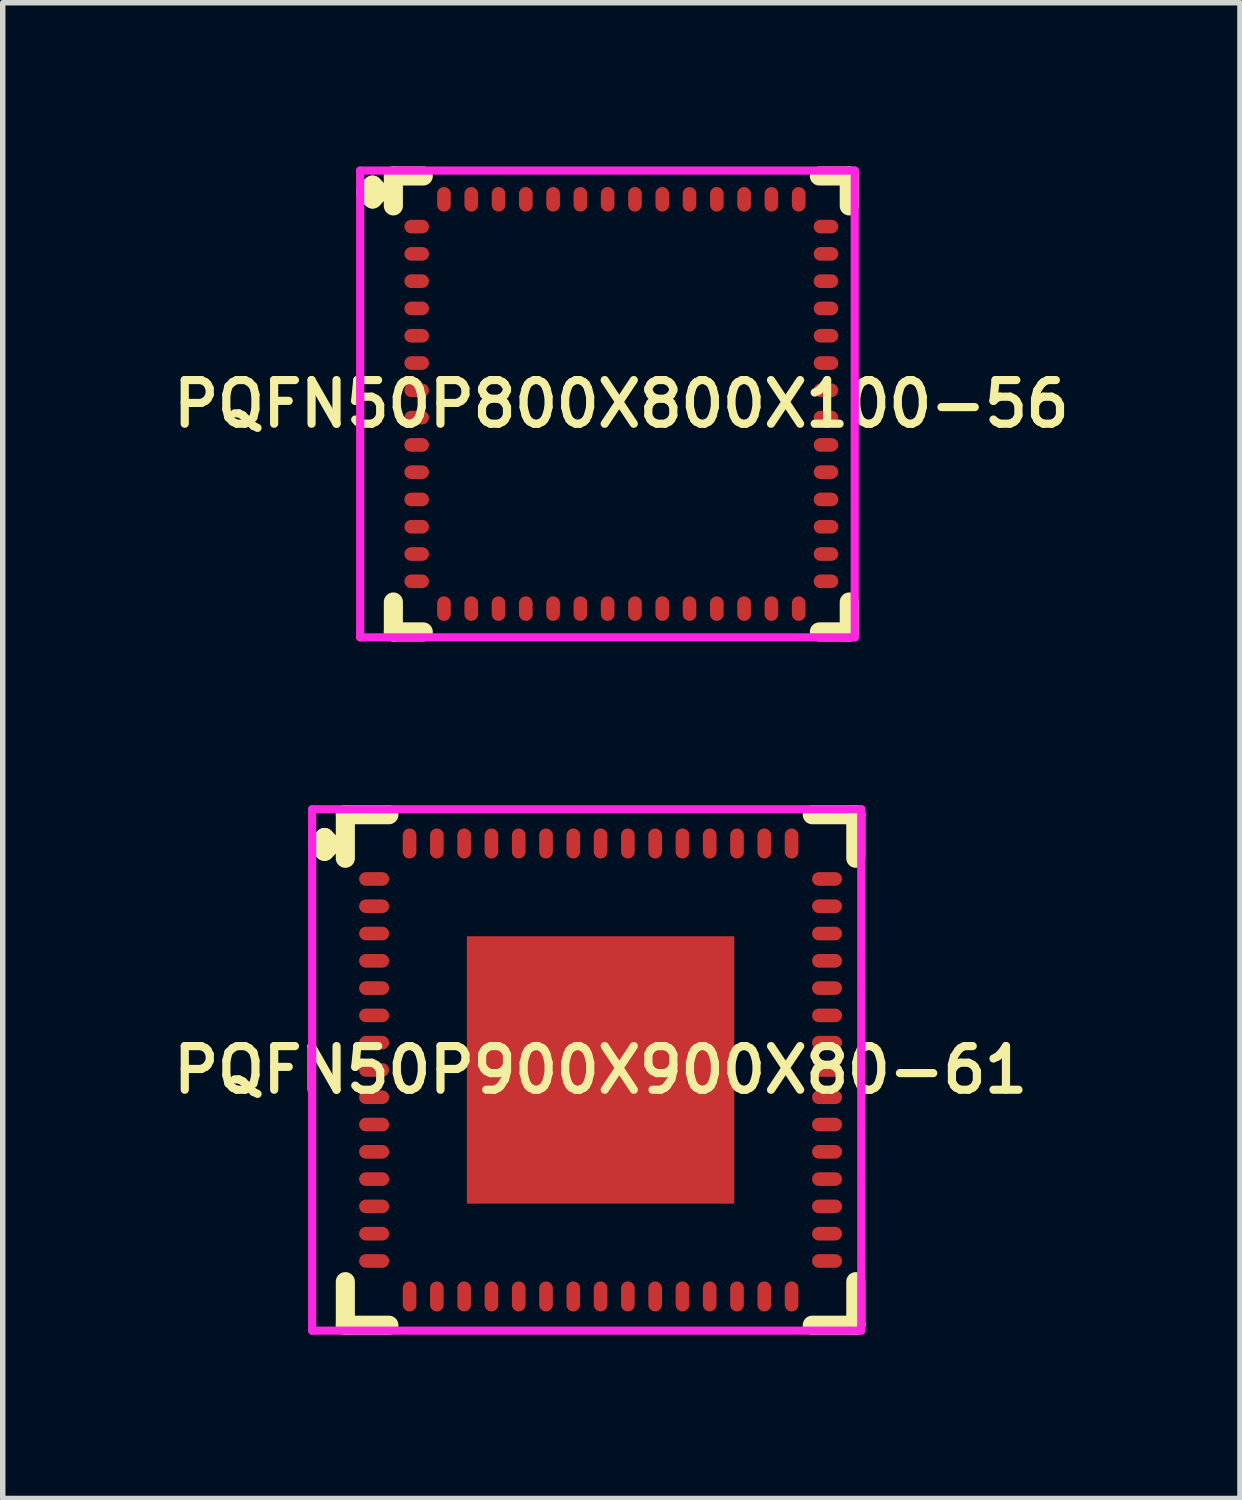
<source format=kicad_pcb>
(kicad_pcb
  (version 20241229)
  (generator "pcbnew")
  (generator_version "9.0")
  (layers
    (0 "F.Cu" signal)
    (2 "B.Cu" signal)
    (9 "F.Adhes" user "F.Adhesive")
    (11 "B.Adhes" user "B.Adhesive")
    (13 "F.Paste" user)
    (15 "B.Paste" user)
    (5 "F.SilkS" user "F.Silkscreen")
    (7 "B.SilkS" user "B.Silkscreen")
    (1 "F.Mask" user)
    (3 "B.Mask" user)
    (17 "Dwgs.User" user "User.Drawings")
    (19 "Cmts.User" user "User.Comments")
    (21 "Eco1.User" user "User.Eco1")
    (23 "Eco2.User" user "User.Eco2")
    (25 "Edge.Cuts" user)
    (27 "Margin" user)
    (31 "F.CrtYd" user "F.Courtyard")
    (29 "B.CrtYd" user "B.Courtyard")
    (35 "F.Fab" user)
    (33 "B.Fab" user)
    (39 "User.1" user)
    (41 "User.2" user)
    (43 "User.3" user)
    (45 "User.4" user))
  (footprint "PQFN50P800X800X100-56"
    (layer "F.Cu")
    (at 8.335 4.352)
    (property "Reference" "PQFN50P800X800X100-56" (at 0 0 0) (layer "F.SilkS") (effects (font (size 0.8 0.8) (thickness 0.15))))
    (attr through_hole)
    (fp_line (start -4.685 -3.883) (end -4.558 -4.01) (stroke (width 0.35) (type solid)) (layer "F.SilkS"))
    (fp_line (start -4.558 -4.01) (end -4.431 -3.883) (stroke (width 0.35) (type solid)) (layer "F.SilkS"))
    (fp_line (start -4.558 -3.756) (end -4.685 -3.883) (stroke (width 0.35) (type solid)) (layer "F.SilkS"))
    (fp_line (start -4.431 -3.883) (end -4.558 -3.756) (stroke (width 0.35) (type solid)) (layer "F.SilkS"))
    (fp_line (start -4.177 -4.177) (end -3.629 -4.177) (stroke (width 0.35) (type solid)) (layer "F.SilkS"))
    (fp_line (start -4.177 -3.629) (end -4.177 -4.177) (stroke (width 0.35) (type solid)) (layer "F.SilkS"))
    (fp_line (start -4.177 3.629) (end -4.177 4.177) (stroke (width 0.35) (type solid)) (layer "F.SilkS"))
    (fp_line (start -4.177 4.177) (end -3.629 4.177) (stroke (width 0.35) (type solid)) (layer "F.SilkS"))
    (fp_line (start 3.629 -4.177) (end 4.177 -4.177) (stroke (width 0.35) (type solid)) (layer "F.SilkS"))
    (fp_line (start 3.629 4.177) (end 4.177 4.177) (stroke (width 0.35) (type solid)) (layer "F.SilkS"))
    (fp_line (start 4.177 -4.177) (end 4.177 -3.629) (stroke (width 0.35) (type solid)) (layer "F.SilkS"))
    (fp_line (start 4.177 4.177) (end 4.177 3.629) (stroke (width 0.35) (type solid)) (layer "F.SilkS"))
    (fp_line (start -4.785 -4.277) (end 4.277 -4.277) (stroke (width 0.15) (type solid)) (layer "F.CrtYd"))
    (fp_line (start -4.785 4.277) (end -4.785 -4.277) (stroke (width 0.15) (type solid)) (layer "F.CrtYd"))
    (fp_line (start 4.277 -4.277) (end 4.277 4.277) (stroke (width 0.15) (type solid)) (layer "F.CrtYd"))
    (fp_line (start 4.277 4.277) (end -4.785 4.277) (stroke (width 0.15) (type solid)) (layer "F.CrtYd"))
    (pad "1" smd oval (at -3.75 -3.25) (size 0.45 0.25) (layers "F.Cu" "F.Mask" "F.Paste"))
    (pad "2" smd oval (at -3.75 -2.75) (size 0.45 0.25) (layers "F.Cu" "F.Mask" "F.Paste"))
    (pad "3" smd oval (at -3.75 -2.25) (size 0.45 0.25) (layers "F.Cu" "F.Mask" "F.Paste"))
    (pad "4" smd oval (at -3.75 -1.75) (size 0.45 0.25) (layers "F.Cu" "F.Mask" "F.Paste"))
    (pad "5" smd oval (at -3.75 -1.25) (size 0.45 0.25) (layers "F.Cu" "F.Mask" "F.Paste"))
    (pad "6" smd oval (at -3.75 -0.75) (size 0.45 0.25) (layers "F.Cu" "F.Mask" "F.Paste"))
    (pad "7" smd oval (at -3.75 -0.25) (size 0.45 0.25) (layers "F.Cu" "F.Mask" "F.Paste"))
    (pad "8" smd oval (at -3.75 0.25) (size 0.45 0.25) (layers "F.Cu" "F.Mask" "F.Paste"))
    (pad "9" smd oval (at -3.75 0.75) (size 0.45 0.25) (layers "F.Cu" "F.Mask" "F.Paste"))
    (pad "10" smd oval (at -3.75 1.25) (size 0.45 0.25) (layers "F.Cu" "F.Mask" "F.Paste"))
    (pad "11" smd oval (at -3.75 1.75) (size 0.45 0.25) (layers "F.Cu" "F.Mask" "F.Paste"))
    (pad "12" smd oval (at -3.75 2.25) (size 0.45 0.25) (layers "F.Cu" "F.Mask" "F.Paste"))
    (pad "13" smd oval (at -3.75 2.75) (size 0.45 0.25) (layers "F.Cu" "F.Mask" "F.Paste"))
    (pad "14" smd oval (at -3.75 3.25) (size 0.45 0.25) (layers "F.Cu" "F.Mask" "F.Paste"))
    (pad "15" smd oval (at -3.25 3.75) (size 0.25 0.45) (layers "F.Cu" "F.Mask" "F.Paste"))
    (pad "16" smd oval (at -2.75 3.75) (size 0.25 0.45) (layers "F.Cu" "F.Mask" "F.Paste"))
    (pad "17" smd oval (at -2.25 3.75) (size 0.25 0.45) (layers "F.Cu" "F.Mask" "F.Paste"))
    (pad "18" smd oval (at -1.75 3.75) (size 0.25 0.45) (layers "F.Cu" "F.Mask" "F.Paste"))
    (pad "19" smd oval (at -1.25 3.75) (size 0.25 0.45) (layers "F.Cu" "F.Mask" "F.Paste"))
    (pad "20" smd oval (at -0.75 3.75) (size 0.25 0.45) (layers "F.Cu" "F.Mask" "F.Paste"))
    (pad "21" smd oval (at -0.25 3.75) (size 0.25 0.45) (layers "F.Cu" "F.Mask" "F.Paste"))
    (pad "22" smd oval (at 0.25 3.75) (size 0.25 0.45) (layers "F.Cu" "F.Mask" "F.Paste"))
    (pad "23" smd oval (at 0.75 3.75) (size 0.25 0.45) (layers "F.Cu" "F.Mask" "F.Paste"))
    (pad "24" smd oval (at 1.25 3.75) (size 0.25 0.45) (layers "F.Cu" "F.Mask" "F.Paste"))
    (pad "25" smd oval (at 1.75 3.75) (size 0.25 0.45) (layers "F.Cu" "F.Mask" "F.Paste"))
    (pad "26" smd oval (at 2.25 3.75) (size 0.25 0.45) (layers "F.Cu" "F.Mask" "F.Paste"))
    (pad "27" smd oval (at 2.75 3.75) (size 0.25 0.45) (layers "F.Cu" "F.Mask" "F.Paste"))
    (pad "28" smd oval (at 3.25 3.75) (size 0.25 0.45) (layers "F.Cu" "F.Mask" "F.Paste"))
    (pad "29" smd oval (at 3.75 3.25) (size 0.45 0.25) (layers "F.Cu" "F.Mask" "F.Paste"))
    (pad "30" smd oval (at 3.75 2.75) (size 0.45 0.25) (layers "F.Cu" "F.Mask" "F.Paste"))
    (pad "31" smd oval (at 3.75 2.25) (size 0.45 0.25) (layers "F.Cu" "F.Mask" "F.Paste"))
    (pad "32" smd oval (at 3.75 1.75) (size 0.45 0.25) (layers "F.Cu" "F.Mask" "F.Paste"))
    (pad "33" smd oval (at 3.75 1.25) (size 0.45 0.25) (layers "F.Cu" "F.Mask" "F.Paste"))
    (pad "34" smd oval (at 3.75 0.75) (size 0.45 0.25) (layers "F.Cu" "F.Mask" "F.Paste"))
    (pad "35" smd oval (at 3.75 0.25) (size 0.45 0.25) (layers "F.Cu" "F.Mask" "F.Paste"))
    (pad "36" smd oval (at 3.75 -0.25) (size 0.45 0.25) (layers "F.Cu" "F.Mask" "F.Paste"))
    (pad "37" smd oval (at 3.75 -0.75) (size 0.45 0.25) (layers "F.Cu" "F.Mask" "F.Paste"))
    (pad "38" smd oval (at 3.75 -1.25) (size 0.45 0.25) (layers "F.Cu" "F.Mask" "F.Paste"))
    (pad "39" smd oval (at 3.75 -1.75) (size 0.45 0.25) (layers "F.Cu" "F.Mask" "F.Paste"))
    (pad "40" smd oval (at 3.75 -2.25) (size 0.45 0.25) (layers "F.Cu" "F.Mask" "F.Paste"))
    (pad "41" smd oval (at 3.75 -2.75) (size 0.45 0.25) (layers "F.Cu" "F.Mask" "F.Paste"))
    (pad "42" smd oval (at 3.75 -3.25) (size 0.45 0.25) (layers "F.Cu" "F.Mask" "F.Paste"))
    (pad "43" smd oval (at 3.25 -3.75) (size 0.25 0.45) (layers "F.Cu" "F.Mask" "F.Paste"))
    (pad "44" smd oval (at 2.75 -3.75) (size 0.25 0.45) (layers "F.Cu" "F.Mask" "F.Paste"))
    (pad "45" smd oval (at 2.25 -3.75) (size 0.25 0.45) (layers "F.Cu" "F.Mask" "F.Paste"))
    (pad "46" smd oval (at 1.75 -3.75) (size 0.25 0.45) (layers "F.Cu" "F.Mask" "F.Paste"))
    (pad "47" smd oval (at 1.25 -3.75) (size 0.25 0.45) (layers "F.Cu" "F.Mask" "F.Paste"))
    (pad "48" smd oval (at 0.75 -3.75) (size 0.25 0.45) (layers "F.Cu" "F.Mask" "F.Paste"))
    (pad "49" smd oval (at 0.25 -3.75) (size 0.25 0.45) (layers "F.Cu" "F.Mask" "F.Paste"))
    (pad "50" smd oval (at -0.25 -3.75) (size 0.25 0.45) (layers "F.Cu" "F.Mask" "F.Paste"))
    (pad "51" smd oval (at -0.75 -3.75) (size 0.25 0.45) (layers "F.Cu" "F.Mask" "F.Paste"))
    (pad "52" smd oval (at -1.25 -3.75) (size 0.25 0.45) (layers "F.Cu" "F.Mask" "F.Paste"))
    (pad "53" smd oval (at -1.75 -3.75) (size 0.25 0.45) (layers "F.Cu" "F.Mask" "F.Paste"))
    (pad "54" smd oval (at -2.25 -3.75) (size 0.25 0.45) (layers "F.Cu" "F.Mask" "F.Paste"))
    (pad "55" smd oval (at -2.75 -3.75) (size 0.25 0.45) (layers "F.Cu" "F.Mask" "F.Paste"))
    (pad "56" smd oval (at -3.25 -3.75) (size 0.25 0.45) (layers "F.Cu" "F.Mask" "F.Paste")))
  (footprint "PQFN50P900X900X80-61"
    (layer "F.Cu")
    (at 7.955 16.556)
    (property "Reference" "PQFN50P900X900X80-61" (at 0 0 0) (layer "F.SilkS") (effects (font (size 0.8 0.8) (thickness 0.15))))
    (attr smd)
    (fp_line (start -5.185 -4.133) (end -5.058 -4.26) (stroke (width 0.35) (type solid)) (layer "F.SilkS"))
    (fp_line (start -5.058 -4.26) (end -4.931 -4.133) (stroke (width 0.35) (type solid)) (layer "F.SilkS"))
    (fp_line (start -5.058 -4.006) (end -5.185 -4.133) (stroke (width 0.35) (type solid)) (layer "F.SilkS"))
    (fp_line (start -4.931 -4.133) (end -5.058 -4.006) (stroke (width 0.35) (type solid)) (layer "F.SilkS"))
    (fp_line (start -4.677 -4.677) (end -3.879 -4.677) (stroke (width 0.35) (type solid)) (layer "F.SilkS"))
    (fp_line (start -4.677 -3.879) (end -4.677 -4.677) (stroke (width 0.35) (type solid)) (layer "F.SilkS"))
    (fp_line (start -4.677 3.879) (end -4.677 4.677) (stroke (width 0.35) (type solid)) (layer "F.SilkS"))
    (fp_line (start -4.677 4.677) (end -3.879 4.677) (stroke (width 0.35) (type solid)) (layer "F.SilkS"))
    (fp_line (start 3.879 -4.677) (end 4.677 -4.677) (stroke (width 0.35) (type solid)) (layer "F.SilkS"))
    (fp_line (start 3.879 4.677) (end 4.677 4.677) (stroke (width 0.35) (type solid)) (layer "F.SilkS"))
    (fp_line (start 4.677 -4.677) (end 4.677 -3.879) (stroke (width 0.35) (type solid)) (layer "F.SilkS"))
    (fp_line (start 4.677 4.677) (end 4.677 3.879) (stroke (width 0.35) (type solid)) (layer "F.SilkS"))
    (fp_line (start -5.285 -4.777) (end 4.777 -4.777) (stroke (width 0.15) (type solid)) (layer "F.CrtYd"))
    (fp_line (start -5.285 4.777) (end -5.285 -4.777) (stroke (width 0.15) (type solid)) (layer "F.CrtYd"))
    (fp_line (start 4.777 -4.777) (end 4.777 4.777) (stroke (width 0.15) (type solid)) (layer "F.CrtYd"))
    (fp_line (start 4.777 4.777) (end -5.285 4.777) (stroke (width 0.15) (type solid)) (layer "F.CrtYd"))
    (pad "1" smd oval (at -4.15 -3.5) (size 0.55 0.25) (layers "F.Cu" "F.Mask" "F.Paste"))
    (pad "2" smd oval (at -4.15 -3) (size 0.55 0.25) (layers "F.Cu" "F.Mask" "F.Paste"))
    (pad "3" smd oval (at -4.15 -2.5) (size 0.55 0.25) (layers "F.Cu" "F.Mask" "F.Paste"))
    (pad "4" smd oval (at -4.15 -2) (size 0.55 0.25) (layers "F.Cu" "F.Mask" "F.Paste"))
    (pad "5" smd oval (at -4.15 -1.5) (size 0.55 0.25) (layers "F.Cu" "F.Mask" "F.Paste"))
    (pad "6" smd oval (at -4.15 -1) (size 0.55 0.25) (layers "F.Cu" "F.Mask" "F.Paste"))
    (pad "7" smd oval (at -4.15 -0.5) (size 0.55 0.25) (layers "F.Cu" "F.Mask" "F.Paste"))
    (pad "8" smd oval (at -4.15 0) (size 0.55 0.25) (layers "F.Cu" "F.Mask" "F.Paste"))
    (pad "9" smd oval (at -4.15 0.5) (size 0.55 0.25) (layers "F.Cu" "F.Mask" "F.Paste"))
    (pad "10" smd oval (at -4.15 1) (size 0.55 0.25) (layers "F.Cu" "F.Mask" "F.Paste"))
    (pad "11" smd oval (at -4.15 1.5) (size 0.55 0.25) (layers "F.Cu" "F.Mask" "F.Paste"))
    (pad "12" smd oval (at -4.15 2) (size 0.55 0.25) (layers "F.Cu" "F.Mask" "F.Paste"))
    (pad "13" smd oval (at -4.15 2.5) (size 0.55 0.25) (layers "F.Cu" "F.Mask" "F.Paste"))
    (pad "14" smd oval (at -4.15 3) (size 0.55 0.25) (layers "F.Cu" "F.Mask" "F.Paste"))
    (pad "15" smd oval (at -4.15 3.5) (size 0.55 0.25) (layers "F.Cu" "F.Mask" "F.Paste"))
    (pad "16" smd oval (at -3.5 4.15) (size 0.25 0.55) (layers "F.Cu" "F.Mask" "F.Paste"))
    (pad "17" smd oval (at -3 4.15) (size 0.25 0.55) (layers "F.Cu" "F.Mask" "F.Paste"))
    (pad "18" smd oval (at -2.5 4.15) (size 0.25 0.55) (layers "F.Cu" "F.Mask" "F.Paste"))
    (pad "19" smd oval (at -2 4.15) (size 0.25 0.55) (layers "F.Cu" "F.Mask" "F.Paste"))
    (pad "20" smd oval (at -1.5 4.15) (size 0.25 0.55) (layers "F.Cu" "F.Mask" "F.Paste"))
    (pad "21" smd oval (at -1 4.15) (size 0.25 0.55) (layers "F.Cu" "F.Mask" "F.Paste"))
    (pad "22" smd oval (at -0.5 4.15) (size 0.25 0.55) (layers "F.Cu" "F.Mask" "F.Paste"))
    (pad "23" smd oval (at 0 4.15) (size 0.25 0.55) (layers "F.Cu" "F.Mask" "F.Paste"))
    (pad "24" smd oval (at 0.5 4.15) (size 0.25 0.55) (layers "F.Cu" "F.Mask" "F.Paste"))
    (pad "25" smd oval (at 1 4.15) (size 0.25 0.55) (layers "F.Cu" "F.Mask" "F.Paste"))
    (pad "26" smd oval (at 1.5 4.15) (size 0.25 0.55) (layers "F.Cu" "F.Mask" "F.Paste"))
    (pad "27" smd oval (at 2 4.15) (size 0.25 0.55) (layers "F.Cu" "F.Mask" "F.Paste"))
    (pad "28" smd oval (at 2.5 4.15) (size 0.25 0.55) (layers "F.Cu" "F.Mask" "F.Paste"))
    (pad "29" smd oval (at 3 4.15) (size 0.25 0.55) (layers "F.Cu" "F.Mask" "F.Paste"))
    (pad "30" smd oval (at 3.5 4.15) (size 0.25 0.55) (layers "F.Cu" "F.Mask" "F.Paste"))
    (pad "31" smd oval (at 4.15 3.5) (size 0.55 0.25) (layers "F.Cu" "F.Mask" "F.Paste"))
    (pad "32" smd oval (at 4.15 3) (size 0.55 0.25) (layers "F.Cu" "F.Mask" "F.Paste"))
    (pad "33" smd oval (at 4.15 2.5) (size 0.55 0.25) (layers "F.Cu" "F.Mask" "F.Paste"))
    (pad "34" smd oval (at 4.15 2) (size 0.55 0.25) (layers "F.Cu" "F.Mask" "F.Paste"))
    (pad "35" smd oval (at 4.15 1.5) (size 0.55 0.25) (layers "F.Cu" "F.Mask" "F.Paste"))
    (pad "36" smd oval (at 4.15 1) (size 0.55 0.25) (layers "F.Cu" "F.Mask" "F.Paste"))
    (pad "37" smd oval (at 4.15 0.5) (size 0.55 0.25) (layers "F.Cu" "F.Mask" "F.Paste"))
    (pad "38" smd oval (at 4.15 0) (size 0.55 0.25) (layers "F.Cu" "F.Mask" "F.Paste"))
    (pad "39" smd oval (at 4.15 -0.5) (size 0.55 0.25) (layers "F.Cu" "F.Mask" "F.Paste"))
    (pad "40" smd oval (at 4.15 -1) (size 0.55 0.25) (layers "F.Cu" "F.Mask" "F.Paste"))
    (pad "41" smd oval (at 4.15 -1.5) (size 0.55 0.25) (layers "F.Cu" "F.Mask" "F.Paste"))
    (pad "42" smd oval (at 4.15 -2) (size 0.55 0.25) (layers "F.Cu" "F.Mask" "F.Paste"))
    (pad "43" smd oval (at 4.15 -2.5) (size 0.55 0.25) (layers "F.Cu" "F.Mask" "F.Paste"))
    (pad "44" smd oval (at 4.15 -3) (size 0.55 0.25) (layers "F.Cu" "F.Mask" "F.Paste"))
    (pad "45" smd oval (at 4.15 -3.5) (size 0.55 0.25) (layers "F.Cu" "F.Mask" "F.Paste"))
    (pad "46" smd oval (at 3.5 -4.15) (size 0.25 0.55) (layers "F.Cu" "F.Mask" "F.Paste"))
    (pad "47" smd oval (at 3 -4.15) (size 0.25 0.55) (layers "F.Cu" "F.Mask" "F.Paste"))
    (pad "48" smd oval (at 2.5 -4.15) (size 0.25 0.55) (layers "F.Cu" "F.Mask" "F.Paste"))
    (pad "49" smd oval (at 2 -4.15) (size 0.25 0.55) (layers "F.Cu" "F.Mask" "F.Paste"))
    (pad "50" smd oval (at 1.5 -4.15) (size 0.25 0.55) (layers "F.Cu" "F.Mask" "F.Paste"))
    (pad "51" smd oval (at 1 -4.15) (size 0.25 0.55) (layers "F.Cu" "F.Mask" "F.Paste"))
    (pad "52" smd oval (at 0.5 -4.15) (size 0.25 0.55) (layers "F.Cu" "F.Mask" "F.Paste"))
    (pad "53" smd oval (at 0 -4.15) (size 0.25 0.55) (layers "F.Cu" "F.Mask" "F.Paste"))
    (pad "54" smd oval (at -0.5 -4.15) (size 0.25 0.55) (layers "F.Cu" "F.Mask" "F.Paste"))
    (pad "55" smd oval (at -1 -4.15) (size 0.25 0.55) (layers "F.Cu" "F.Mask" "F.Paste"))
    (pad "56" smd oval (at -1.5 -4.15) (size 0.25 0.55) (layers "F.Cu" "F.Mask" "F.Paste"))
    (pad "57" smd oval (at -2 -4.15) (size 0.25 0.55) (layers "F.Cu" "F.Mask" "F.Paste"))
    (pad "58" smd oval (at -2.5 -4.15) (size 0.25 0.55) (layers "F.Cu" "F.Mask" "F.Paste"))
    (pad "59" smd oval (at -3 -4.15) (size 0.25 0.55) (layers "F.Cu" "F.Mask" "F.Paste"))
    (pad "60" smd oval (at -3.5 -4.15) (size 0.25 0.55) (layers "F.Cu" "F.Mask" "F.Paste"))
    (pad "61" smd rect (at 0 0) (size 4.9 4.9) (layers "F.Cu" "F.Mask" "F.Paste")))
  (gr_rect
    (start -3 -3)
    (end 19.671 24.408)
    (stroke (width 0.1) (type default))
    (fill no)
    (layer "Edge.Cuts")))
</source>
